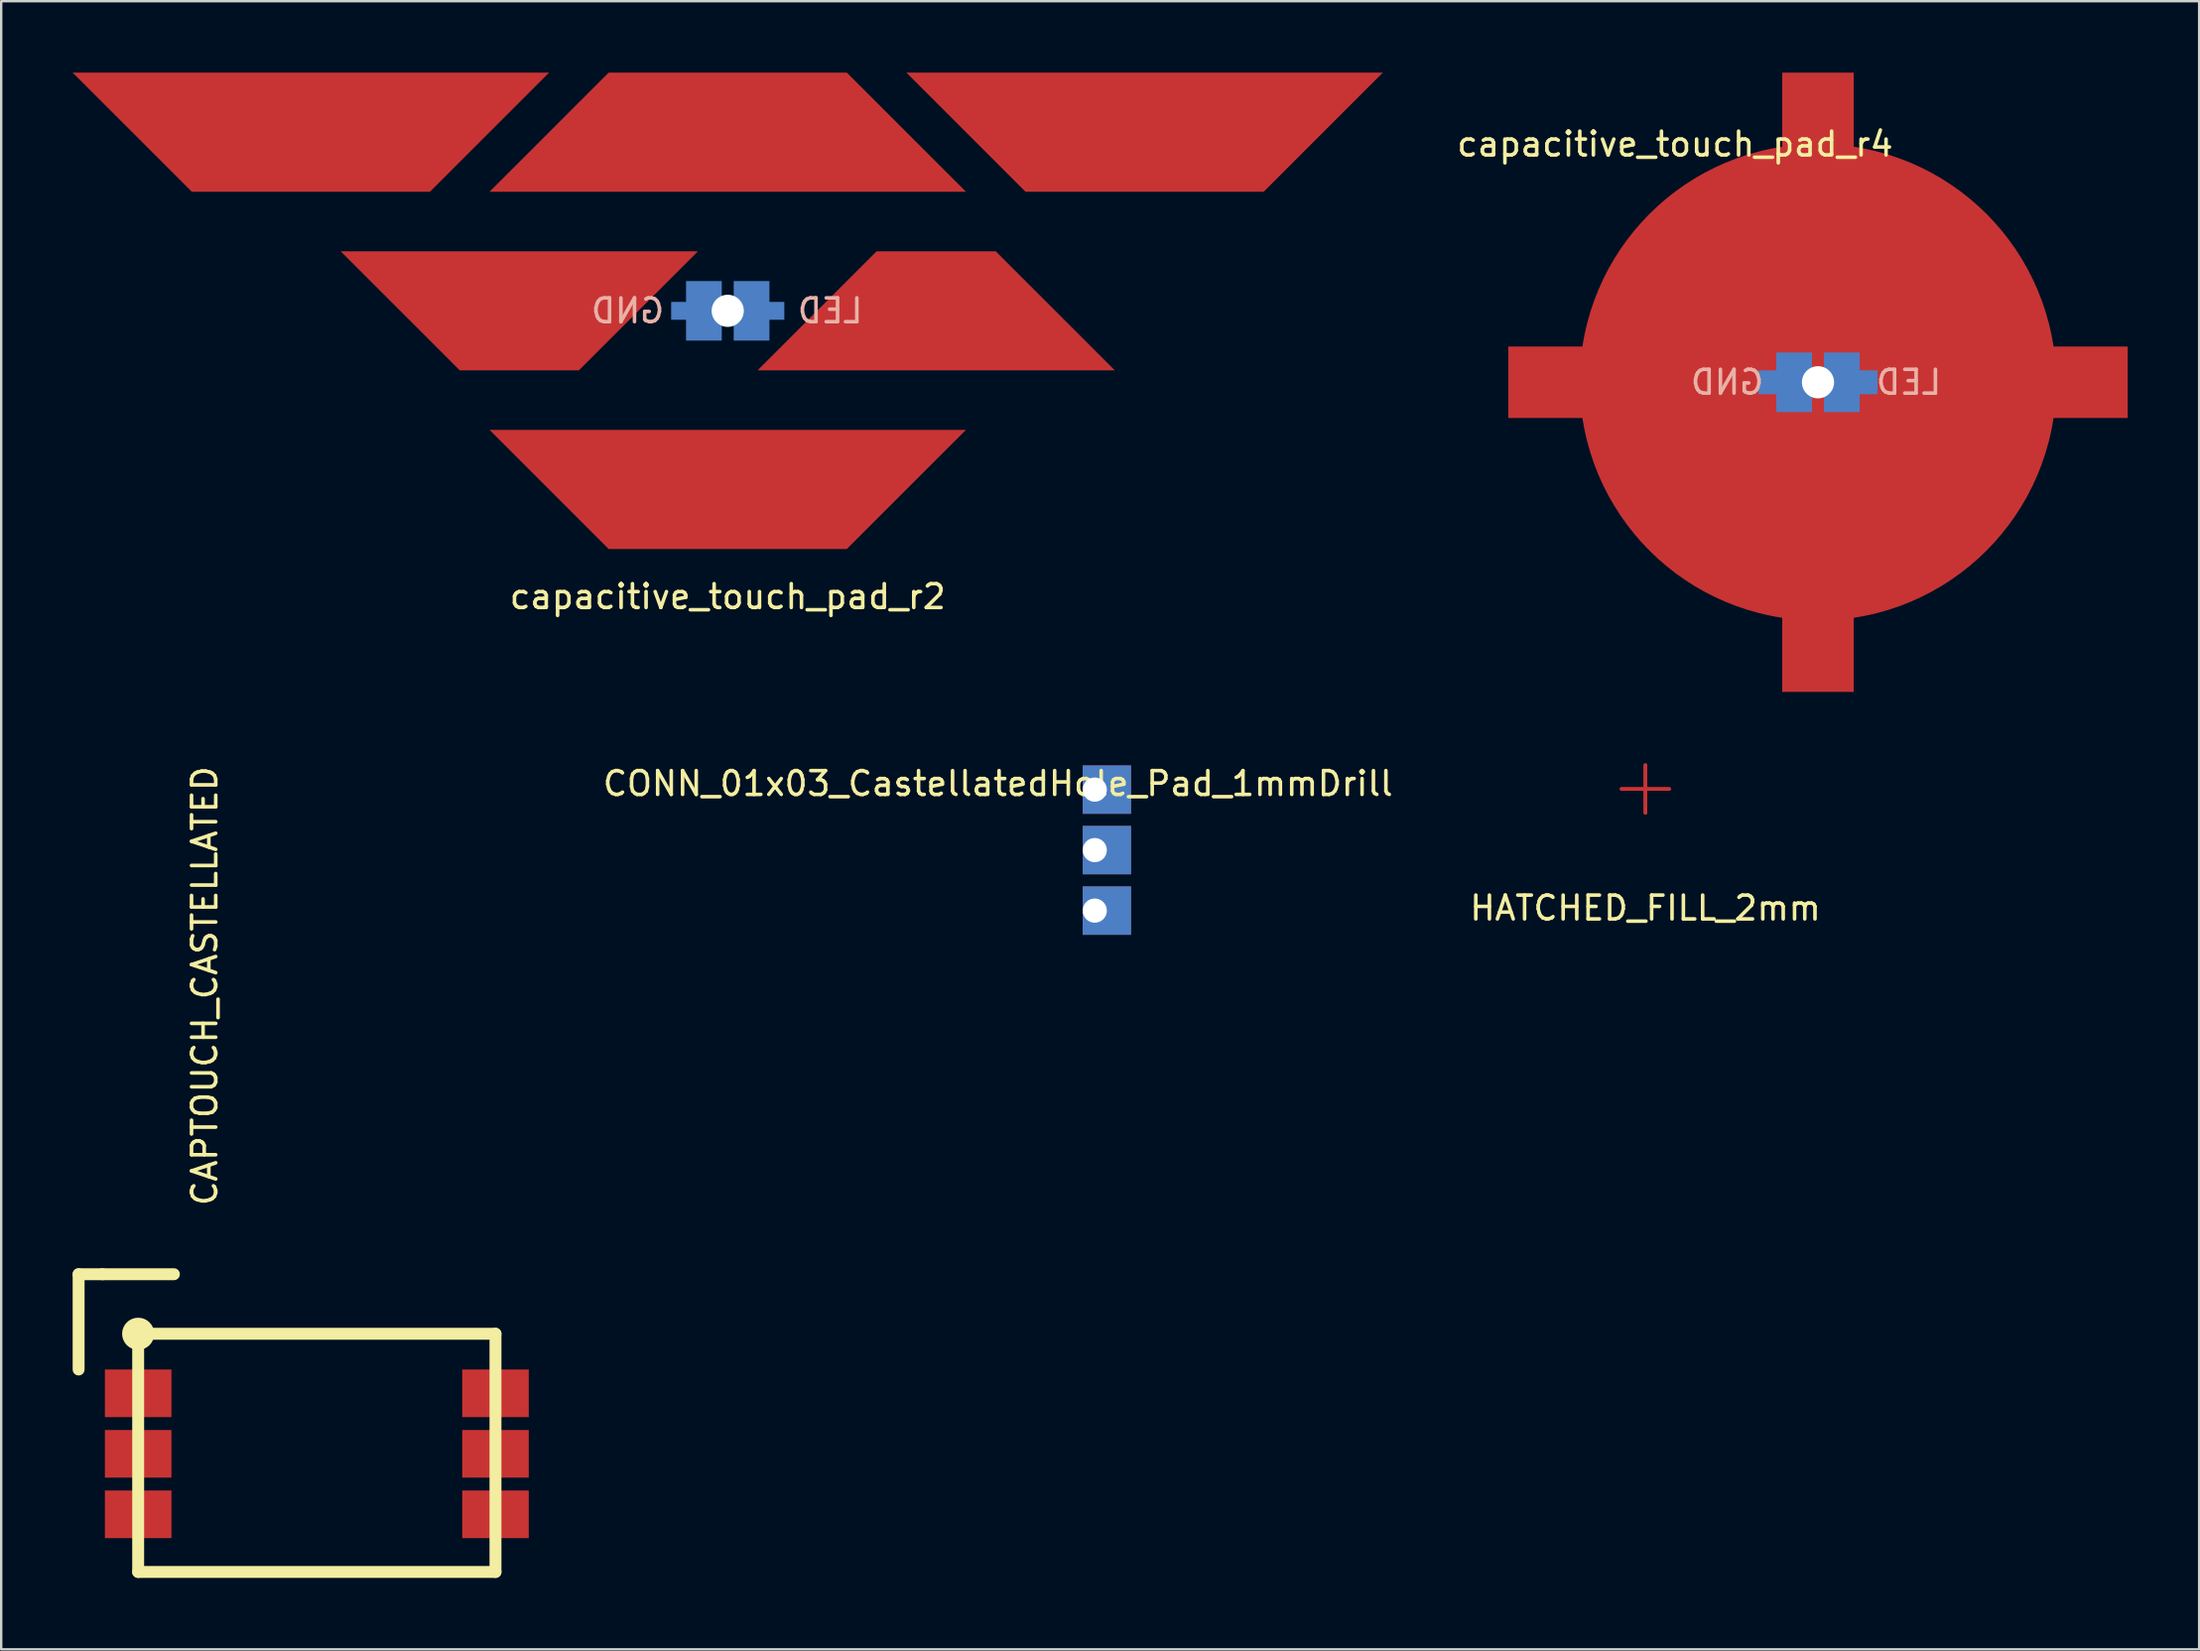
<source format=kicad_pcb>
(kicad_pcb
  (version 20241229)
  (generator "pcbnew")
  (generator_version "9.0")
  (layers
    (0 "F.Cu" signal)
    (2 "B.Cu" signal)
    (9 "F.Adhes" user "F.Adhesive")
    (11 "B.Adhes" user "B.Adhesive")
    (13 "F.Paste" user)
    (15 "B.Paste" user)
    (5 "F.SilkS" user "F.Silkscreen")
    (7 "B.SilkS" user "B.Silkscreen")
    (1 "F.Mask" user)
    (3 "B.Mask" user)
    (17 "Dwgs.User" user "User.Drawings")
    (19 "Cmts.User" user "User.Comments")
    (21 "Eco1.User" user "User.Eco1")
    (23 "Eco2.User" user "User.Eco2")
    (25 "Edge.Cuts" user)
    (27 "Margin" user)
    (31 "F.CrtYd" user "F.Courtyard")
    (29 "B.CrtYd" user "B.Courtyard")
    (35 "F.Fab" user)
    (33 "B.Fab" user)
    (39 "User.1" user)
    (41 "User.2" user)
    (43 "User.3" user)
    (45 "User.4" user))
  (footprint "CONN_01x03_CastellatedHole_Pad_1mmDrill"
    (layer "F.Cu")
    (at 42.907 30.102)
    (property "Reference" "CONN_01x03_CastellatedHole_Pad_1mmDrill" (at -4.064 -0.254 0) (layer "F.SilkS") (effects (font (size 1 1) (thickness 0.15))))
    (attr through_hole)
    (pad "1" thru_hole rect (at 0 0) (size 2.032 2.032) (drill 1.016 (offset 0.508 0)) (layers "*.Cu" "*.Mask" "B.Paste"))
    (pad "2" thru_hole rect (at 0 2.54) (size 2.032 2.032) (drill 1.016 (offset 0.508 0)) (layers "*.Cu" "*.Mask" "B.Paste"))
    (pad "3" thru_hole rect (at 0 5.08) (size 2.032 2.032) (drill 1.016 (offset 0.508 0)) (layers "*.Cu" "*.Mask" "B.Paste")))
  (footprint "capacitive_touch_pad_r2"
    (layer "F.Cu")
    (at 27.5 10)
    (property "Reference" "capacitive_touch_pad_r2" (at 0 12 0) (layer "F.SilkS") (effects (font (size 1 1) (thickness 0.15))))
    (attr through_hole)
    (fp_text user "GND" (at -4.2 0 0) (layer "B.SilkS") (effects (font (size 1 1) (thickness 0.15)) (justify mirror)))
    (fp_text user "LED" (at 4.3 0 0) (layer "B.SilkS") (effects (font (size 1 1) (thickness 0.15)) (justify mirror)))
    (pad "" np_thru_hole circle (at 0 0) (size 1.35 1.35) (drill 1.35) (layers "*.Cu" "*.Mask"))
    (pad "1" smd trapezoid (at -17.5 -7.5 90) (size 5 15) (rect_delta -5 0) (layers "F.Cu" "F.Mask"))
    (pad "1" smd trapezoid (at -8.75 0 90) (size 5 10) (rect_delta -5 0) (layers "F.Cu" "F.Mask"))
    (pad "1" smd trapezoid (at 0 -7.5 270) (size 5 15) (rect_delta -5 0) (layers "F.Cu" "F.Mask"))
    (pad "1" smd trapezoid (at 0 7.5 90) (size 5 15) (rect_delta -5 0) (layers "F.Cu" "F.Mask"))
    (pad "1" smd trapezoid (at 8.75 0 270) (size 5 10) (rect_delta -5 0) (layers "F.Cu" "F.Mask"))
    (pad "1" smd trapezoid (at 17.5 -7.5 90) (size 5 15) (rect_delta -5 0) (layers "F.Cu" "F.Mask"))
    (pad "2" smd rect (at 1 0) (size 1.5 2.5) (layers "B.Cu" "B.Mask" "B.Paste"))
    (pad "2" smd rect (at 2 0) (size 0.75 0.75) (layers "B.Cu" "B.Mask" "B.Paste"))
    (pad "3" smd rect (at -2 0) (size 0.75 0.75) (layers "B.Cu" "B.Mask" "B.Paste"))
    (pad "3" smd rect (at -1 0) (size 1.5 2.5) (layers "B.Cu" "B.Mask" "B.Paste")))
  (footprint "HATCHED_FILL_2mm"
    (layer "F.Cu")
    (at 66.022 30.075)
    (property "Reference" "HATCHED_FILL_2mm" (at 0 5 0) (layer "F.SilkS") (effects (font (size 1 1) (thickness 0.15))))
    (attr through_hole)
    (fp_line (start -1 0) (end 1 0) (stroke (width 0.15) (type solid)) (layer "F.Cu"))
    (fp_line (start -1 0) (end 1 0) (stroke (width 0.15) (type solid)) (layer "F.Cu"))
    (fp_line (start 0 -1) (end 0 1) (stroke (width 0.15) (type solid)) (layer "F.Cu"))
    (fp_line (start 0 -1) (end 0 1) (stroke (width 0.15) (type solid)) (layer "F.Cu")))
  (footprint "capacitive_touch_pad_r4"
    (layer "F.Cu")
    (at 73.268 13)
    (property "Reference" "capacitive_touch_pad_r4" (at -6 -10 0) (layer "F.SilkS") (effects (font (size 1 1) (thickness 0.15))))
    (attr through_hole)
    (fp_text user "LED" (at 3.81 0 0) (layer "B.SilkS") (effects (font (size 1 1) (thickness 0.15)) (justify mirror)))
    (fp_text user "GND" (at -3.81 0 0) (layer "B.SilkS") (effects (font (size 1 1) (thickness 0.15)) (justify mirror)))
    (pad "" np_thru_hole circle (at 0 0) (size 1.35 1.35) (drill 1.35) (layers "*.Cu" "*.Mask"))
    (pad "1" smd rect (at -10 0) (size 6 3) (layers "F.Cu" "F.Mask"))
    (pad "1" smd rect (at 0 -10) (size 3 6) (layers "F.Cu" "F.Mask"))
    (pad "1" smd circle (at 0 0 90) (size 20 20) (layers "F.Cu" "F.Mask"))
    (pad "1" smd rect (at 0 10) (size 3 6) (layers "F.Cu" "F.Mask"))
    (pad "1" smd rect (at 10 0) (size 6 3) (layers "F.Cu" "F.Mask"))
    (pad "2" smd rect (at 1 0) (size 1.5 2.5) (layers "B.Cu" "B.Mask" "B.Paste"))
    (pad "2" smd rect (at 2 0) (size 1 1) (layers "B.Cu" "B.Mask" "B.Paste"))
    (pad "3" smd rect (at -2 0) (size 1 1) (layers "B.Cu" "B.Mask" "B.Paste"))
    (pad "3" smd rect (at -1 0) (size 1.5 2.5) (layers "B.Cu" "B.Mask" "B.Paste")))
  (footprint "CAPTOUCH_CASTELLATED"
    (layer "F.Cu")
    (at 2.75 52.949)
    (property "Reference" "CAPTOUCH_CASTELLATED" (at 2.794 -14.605 270) (layer "F.SilkS") (effects (font (size 1.016 1.016) (thickness 0.152))))
    (attr smd)
    (fp_line (start -2.5 -2.5) (end -2.5 1.5) (stroke (width 0.5) (type solid)) (layer "F.SilkS"))
    (fp_line (start -1.5 -2.5) (end -2.5 -2.5) (stroke (width 0.5) (type solid)) (layer "F.SilkS"))
    (fp_line (start 0 0) (end 0 10) (stroke (width 0.5) (type solid)) (layer "F.SilkS"))
    (fp_line (start 0 10) (end 15 10) (stroke (width 0.5) (type solid)) (layer "F.SilkS"))
    (fp_line (start 1.5 -2.5) (end -1.5 -2.5) (stroke (width 0.5) (type solid)) (layer "F.SilkS"))
    (fp_line (start 15 0) (end 0 0) (stroke (width 0.5) (type solid)) (layer "F.SilkS"))
    (fp_line (start 15 10) (end 15 0) (stroke (width 0.5) (type solid)) (layer "F.SilkS"))
    (fp_circle (center 0 0) (end 0.3 -0.3) (stroke (width 0.5) (type solid)) (fill no) (layer "F.SilkS"))
    (pad "1" smd rect (at 0 2.5) (size 2.794 2) (layers "F.Cu" "F.Mask" "F.Paste"))
    (pad "2" smd rect (at 0 5.04) (size 2.794 2) (layers "F.Cu" "F.Mask" "F.Paste"))
    (pad "3" smd rect (at 0 7.58) (size 2.794 2) (layers "F.Cu" "F.Mask" "F.Paste"))
    (pad "4" smd rect (at 15 2.5) (size 2.794 2) (layers "F.Cu" "F.Mask" "F.Paste"))
    (pad "5" smd rect (at 15 5.04) (size 2.794 2) (layers "F.Cu" "F.Mask" "F.Paste"))
    (pad "6" smd rect (at 15 7.58) (size 2.794 2) (layers "F.Cu" "F.Mask" "F.Paste")))
  (gr_rect
    (start -3 -3)
    (end 89.268 66.199)
    (stroke (width 0.1) (type default))
    (fill no)
    (layer "Edge.Cuts")))
</source>
